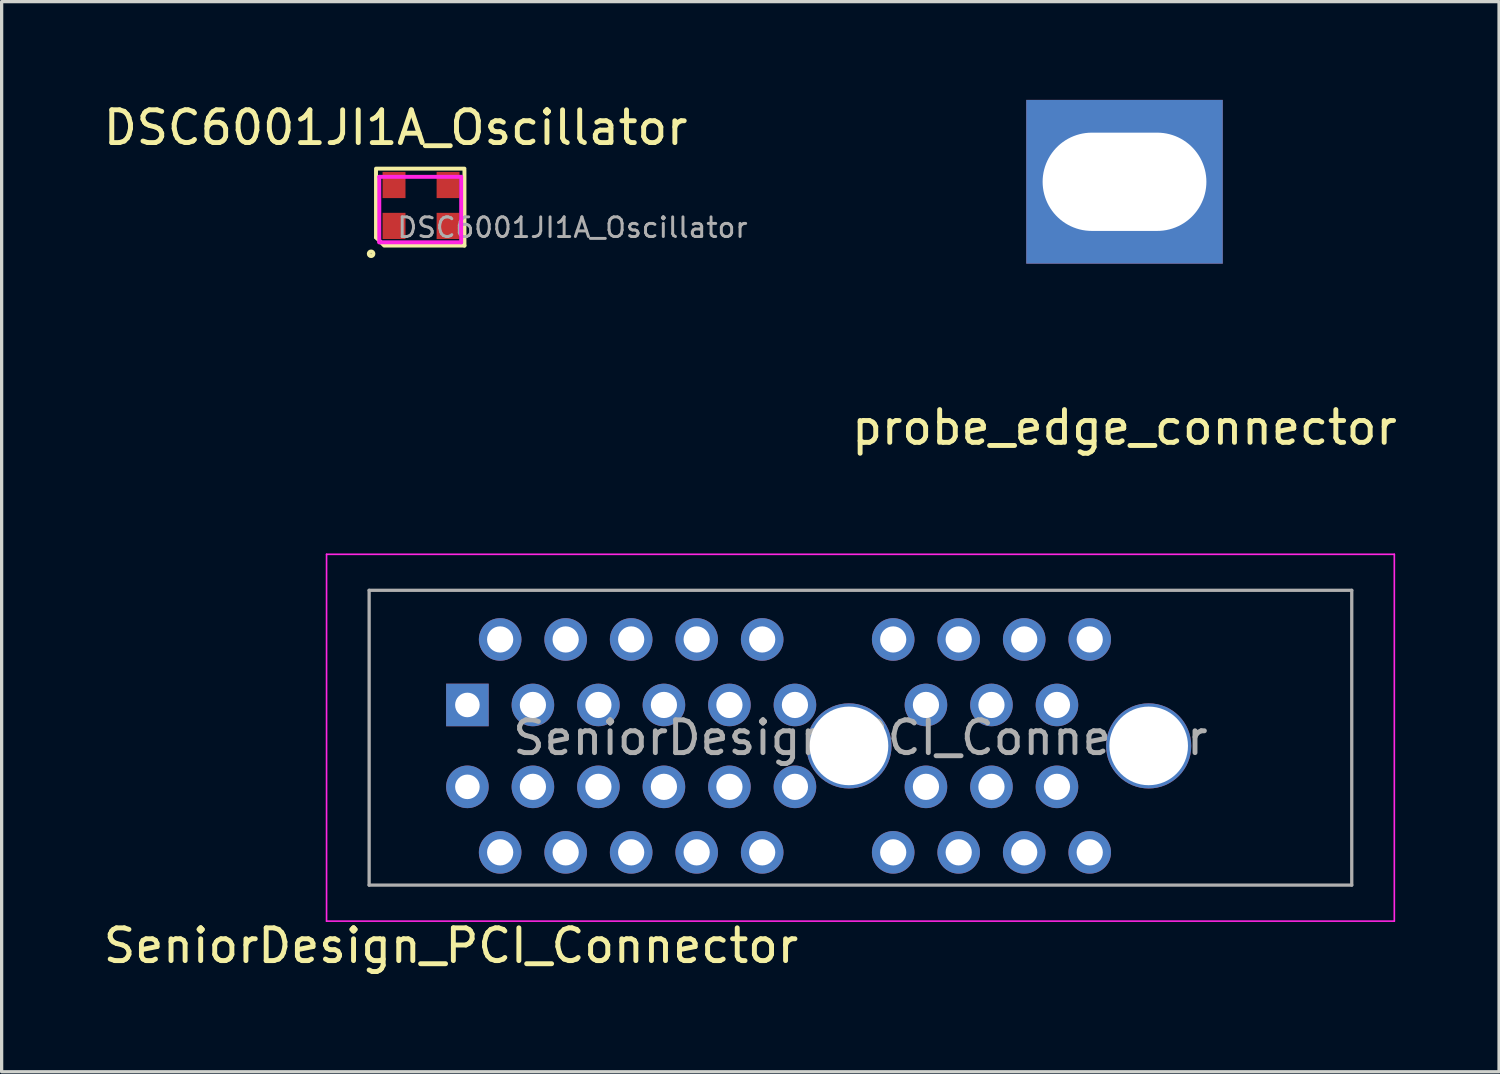
<source format=kicad_pcb>
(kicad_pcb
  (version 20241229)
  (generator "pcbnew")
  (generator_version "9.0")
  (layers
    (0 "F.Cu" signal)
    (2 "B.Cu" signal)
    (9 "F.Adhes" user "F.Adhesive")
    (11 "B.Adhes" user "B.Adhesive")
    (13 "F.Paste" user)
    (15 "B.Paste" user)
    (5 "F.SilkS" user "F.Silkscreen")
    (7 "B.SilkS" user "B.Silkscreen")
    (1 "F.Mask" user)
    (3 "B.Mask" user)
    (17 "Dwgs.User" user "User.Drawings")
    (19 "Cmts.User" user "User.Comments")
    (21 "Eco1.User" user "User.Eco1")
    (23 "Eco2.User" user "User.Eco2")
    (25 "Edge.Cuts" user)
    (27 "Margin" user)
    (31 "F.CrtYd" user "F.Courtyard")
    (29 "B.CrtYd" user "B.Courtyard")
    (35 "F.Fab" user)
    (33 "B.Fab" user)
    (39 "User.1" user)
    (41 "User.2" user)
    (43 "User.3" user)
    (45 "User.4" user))
  (footprint "DSC6001JI1A_Oscillator"
    (layer "F.Cu")
    (at 8.98 3.898)
    (property "Reference" "DSC6001JI1A_Oscillator" (at 0.05 -3.05 0) (layer "F.SilkS") (effects (font (size 1 1) (thickness 0.15))))
    (attr smd)
    (fp_line (start -0.55 -1.75) (end -0.55 0.3) (stroke (width 0.12) (type solid)) (layer "F.SilkS"))
    (fp_line (start -0.55 0.3) (end -0.3 0.55) (stroke (width 0.12) (type solid)) (layer "F.SilkS"))
    (fp_line (start -0.25 0.55) (end 2.15 0.55) (stroke (width 0.12) (type solid)) (layer "F.SilkS"))
    (fp_line (start 2.15 -1.8) (end -0.55 -1.8) (stroke (width 0.12) (type solid)) (layer "F.SilkS"))
    (fp_line (start 2.15 0.55) (end 2.15 -1.75) (stroke (width 0.12) (type solid)) (layer "F.SilkS"))
    (fp_circle (center -0.7 0.8) (end -0.65 0.85) (stroke (width 0.12) (type solid)) (fill no) (layer "F.SilkS"))
    (fp_line (start -0.45 -1.55) (end 2.05 -1.55) (stroke (width 0.12) (type solid)) (layer "F.CrtYd"))
    (fp_line (start -0.45 0.45) (end -0.45 -1.55) (stroke (width 0.12) (type solid)) (layer "F.CrtYd"))
    (fp_line (start -0.45 0.45) (end 2.05 0.45) (stroke (width 0.12) (type solid)) (layer "F.CrtYd"))
    (fp_line (start 2.05 0.45) (end 2.05 -1.55) (stroke (width 0.12) (type solid)) (layer "F.CrtYd"))
    (fp_text user "${REFERENCE}" (at 5.45 0 0) (layer "F.Fab") (effects (font (size 0.6 0.6) (thickness 0.09))))
    (pad "1" smd rect (at 0 -0.05) (size 0.7 0.8) (layers "F.Cu" "F.Mask" "F.Paste"))
    (pad "2" smd rect (at 1.65 -0.05) (size 0.7 0.8) (layers "F.Cu" "F.Mask" "F.Paste"))
    (pad "3" smd rect (at 1.65 -1.3) (size 0.7 0.8) (layers "F.Cu" "F.Mask" "F.Paste"))
    (pad "4" smd rect (at 0 -1.3) (size 0.7 0.8) (layers "F.Cu" "F.Mask" "F.Paste")))
  (footprint "probe_edge_connector"
    (layer "F.Cu")
    (at 31.282 9.5)
    (property "Reference" "probe_edge_connector" (at 0 0.5 0) (layer "F.SilkS") (effects (font (size 1 1) (thickness 0.15))))
    (attr through_hole)
    (pad "1" thru_hole rect (at 0 -7) (size 6 5) (drill oval 5 3) (layers "*.Cu" "*.Mask")))
  (footprint "SeniorDesign_PCI_Connector"
    (layer "F.Cu")
    (at 23.22 19.473)
    (property "Reference" "SeniorDesign_PCI_Connector" (at -12.5 6.35 180) (layer "F.SilkS") (effects (font (size 1 1) (thickness 0.15))))
    (attr smd)
    (fp_line (start -16.3 -5.6) (end 16.3 -5.6) (stroke (width 0.05) (type solid)) (layer "F.CrtYd"))
    (fp_line (start -16.3 5.6) (end -16.3 -5.6) (stroke (width 0.05) (type solid)) (layer "F.CrtYd"))
    (fp_line (start 16.3 -5.6) (end 16.3 5.6) (stroke (width 0.05) (type solid)) (layer "F.CrtYd"))
    (fp_line (start 16.3 5.6) (end -16.3 5.6) (stroke (width 0.05) (type solid)) (layer "F.CrtYd"))
    (fp_line (start -15 -4.5) (end -15 4.5) (stroke (width 0.1) (type solid)) (layer "F.Fab"))
    (fp_line (start -15 4.5) (end 15 4.5) (stroke (width 0.1) (type solid)) (layer "F.Fab"))
    (fp_line (start 15 -4.5) (end -15 -4.5) (stroke (width 0.1) (type solid)) (layer "F.Fab"))
    (fp_line (start 15 4.5) (end 15 -4.5) (stroke (width 0.1) (type solid)) (layer "F.Fab"))
    (fp_text user "${REFERENCE}" (at 0 0 0) (layer "F.Fab") (effects (font (size 1 1) (thickness 0.15))))
    (pad "" thru_hole circle (at -0.35 0.25) (size 2.6 2.6) (drill 2.4) (layers "*.Cu" "*.Mask"))
    (pad "" thru_hole circle (at 8.8 0.25) (size 2.6 2.6) (drill 2.4) (layers "*.Cu" "*.Mask"))
    (pad "A1" thru_hole rect (at -12 -1) (size 1.3 1.3) (drill 0.75) (layers "*.Cu" "*.Mask"))
    (pad "A2" thru_hole circle (at -11 -3) (size 1.3 1.3) (drill 0.8) (layers "*.Cu" "*.Mask"))
    (pad "A3" thru_hole circle (at -10 -1) (size 1.3 1.3) (drill 0.8) (layers "*.Cu" "*.Mask"))
    (pad "A4" thru_hole circle (at -9 -3) (size 1.3 1.3) (drill 0.8) (layers "*.Cu" "*.Mask"))
    (pad "A5" thru_hole circle (at -8 -1) (size 1.3 1.3) (drill 0.8) (layers "*.Cu" "*.Mask"))
    (pad "A6" thru_hole circle (at -7 -3) (size 1.3 1.3) (drill 0.8) (layers "*.Cu" "*.Mask"))
    (pad "A7" thru_hole circle (at -6 -1) (size 1.3 1.3) (drill 0.8) (layers "*.Cu" "*.Mask"))
    (pad "A8" thru_hole circle (at -5 -3) (size 1.3 1.3) (drill 0.8) (layers "*.Cu" "*.Mask"))
    (pad "A9" thru_hole circle (at -4 -1) (size 1.3 1.3) (drill 0.8) (layers "*.Cu" "*.Mask"))
    (pad "A10" thru_hole circle (at -3 -3) (size 1.3 1.3) (drill 0.8) (layers "*.Cu" "*.Mask"))
    (pad "A11" thru_hole circle (at -2 -1) (size 1.3 1.3) (drill 0.8) (layers "*.Cu" "*.Mask"))
    (pad "A12" thru_hole circle (at 1 -3) (size 1.3 1.3) (drill 0.8) (layers "*.Cu" "*.Mask"))
    (pad "A13" thru_hole circle (at 2 -1) (size 1.3 1.3) (drill 0.8) (layers "*.Cu" "*.Mask"))
    (pad "A14" thru_hole circle (at 3 -3) (size 1.3 1.3) (drill 0.8) (layers "*.Cu" "*.Mask"))
    (pad "A15" thru_hole circle (at 4 -1) (size 1.3 1.3) (drill 0.8) (layers "*.Cu" "*.Mask"))
    (pad "A16" thru_hole circle (at 5 -3) (size 1.3 1.3) (drill 0.8) (layers "*.Cu" "*.Mask"))
    (pad "A17" thru_hole circle (at 6 -1) (size 1.3 1.3) (drill 0.8) (layers "*.Cu" "*.Mask"))
    (pad "A18" thru_hole circle (at 7 -3) (size 1.3 1.3) (drill 0.8) (layers "*.Cu" "*.Mask"))
    (pad "B1" thru_hole circle (at -12 1.5) (size 1.3 1.3) (drill 0.75) (layers "*.Cu" "*.Mask"))
    (pad "B2" thru_hole circle (at -11 3.5) (size 1.3 1.3) (drill 0.8) (layers "*.Cu" "*.Mask"))
    (pad "B3" thru_hole circle (at -10 1.5) (size 1.3 1.3) (drill 0.8) (layers "*.Cu" "*.Mask"))
    (pad "B4" thru_hole circle (at -9 3.5) (size 1.3 1.3) (drill 0.8) (layers "*.Cu" "*.Mask"))
    (pad "B5" thru_hole circle (at -8 1.5) (size 1.3 1.3) (drill 0.8) (layers "*.Cu" "*.Mask"))
    (pad "B6" thru_hole circle (at -7 3.5) (size 1.3 1.3) (drill 0.8) (layers "*.Cu" "*.Mask"))
    (pad "B7" thru_hole circle (at -6 1.5) (size 1.3 1.3) (drill 0.8) (layers "*.Cu" "*.Mask"))
    (pad "B8" thru_hole circle (at -5 3.5) (size 1.3 1.3) (drill 0.8) (layers "*.Cu" "*.Mask"))
    (pad "B9" thru_hole circle (at -4 1.5) (size 1.3 1.3) (drill 0.8) (layers "*.Cu" "*.Mask"))
    (pad "B10" thru_hole circle (at -3 3.5) (size 1.3 1.3) (drill 0.8) (layers "*.Cu" "*.Mask"))
    (pad "B11" thru_hole circle (at -2 1.5) (size 1.3 1.3) (drill 0.8) (layers "*.Cu" "*.Mask"))
    (pad "B12" thru_hole circle (at 1 3.5) (size 1.3 1.3) (drill 0.8) (layers "*.Cu" "*.Mask"))
    (pad "B13" thru_hole circle (at 2 1.5) (size 1.3 1.3) (drill 0.8) (layers "*.Cu" "*.Mask"))
    (pad "B14" thru_hole circle (at 3 3.5) (size 1.3 1.3) (drill 0.8) (layers "*.Cu" "*.Mask"))
    (pad "B15" thru_hole circle (at 4 1.5) (size 1.3 1.3) (drill 0.8) (layers "*.Cu" "*.Mask"))
    (pad "B16" thru_hole circle (at 5 3.5) (size 1.3 1.3) (drill 0.8) (layers "*.Cu" "*.Mask"))
    (pad "B17" thru_hole circle (at 6 1.5) (size 1.3 1.3) (drill 0.8) (layers "*.Cu" "*.Mask"))
    (pad "B18" thru_hole circle (at 7 3.5) (size 1.3 1.3) (drill 0.8) (layers "*.Cu" "*.Mask")))
  (gr_rect
    (start -3 -3)
    (end 42.717 29.672)
    (stroke (width 0.1) (type default))
    (fill no)
    (layer "Edge.Cuts")))
</source>
